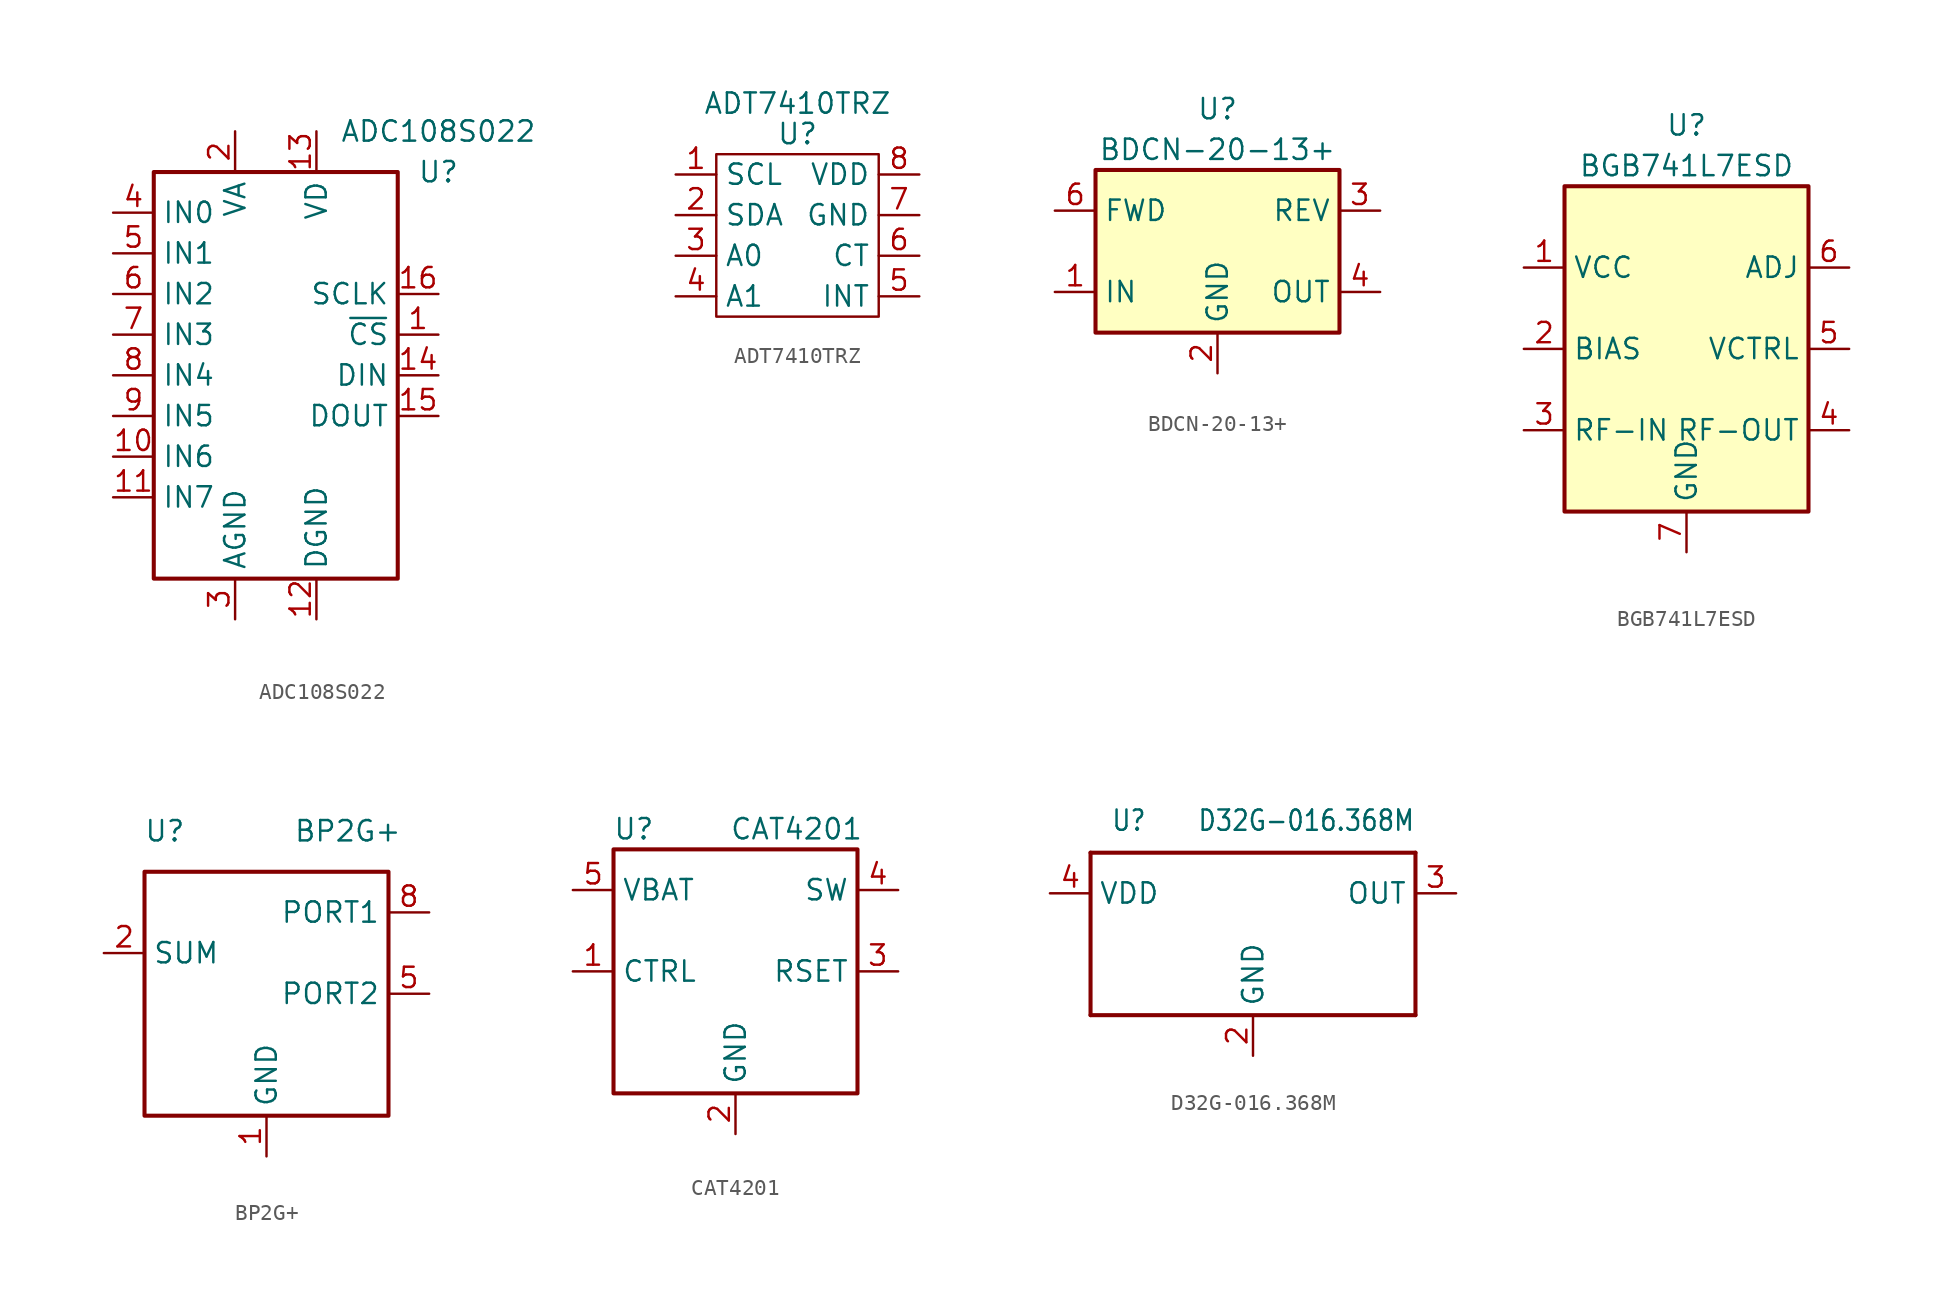
<source format=kicad_sym>
(kicad_symbol_lib
  (version 20220914)
  (generator kicad_symbol_editor)
  (symbol "ADC108S022"
    (property "Reference" "U"
      (at 10.16 12.7 0)
      (effects (font (size 1.27 1.27))))
    (property "Value" "ADC108S022"
      (at 10.16 15.24 0)
      (effects (font (size 1.27 1.27))))
    (symbol "ADC108S022_0_1"
      (rectangle (start -7.62 12.7) (end 7.62 -12.7) (stroke (width 0.254) (type default)) (fill (type none))))
    (symbol "ADC108S022_1_1"
      (pin input line (at 10.16 2.54 180) (length 2.54) (name "~{CS}" (effects (font (size 1.27 1.27)))) (number "1" (effects (font (size 1.27 1.27)))))
      (pin input line (at -10.16 -5.08 0) (length 2.54) (name "IN6" (effects (font (size 1.27 1.27)))) (number "10" (effects (font (size 1.27 1.27)))))
      (pin input line (at -10.16 -7.62 0) (length 2.54) (name "IN7" (effects (font (size 1.27 1.27)))) (number "11" (effects (font (size 1.27 1.27)))))
      (pin power_in line (at 2.54 -15.24 90) (length 2.54) (name "DGND" (effects (font (size 1.27 1.27)))) (number "12" (effects (font (size 1.27 1.27)))))
      (pin power_in line (at 2.54 15.24 270) (length 2.54) (name "VD" (effects (font (size 1.27 1.27)))) (number "13" (effects (font (size 1.27 1.27)))))
      (pin input line (at 10.16 0 180) (length 2.54) (name "DIN" (effects (font (size 1.27 1.27)))) (number "14" (effects (font (size 1.27 1.27)))))
      (pin output line (at 10.16 -2.54 180) (length 2.54) (name "DOUT" (effects (font (size 1.27 1.27)))) (number "15" (effects (font (size 1.27 1.27)))))
      (pin input line (at 10.16 5.08 180) (length 2.54) (name "SCLK" (effects (font (size 1.27 1.27)))) (number "16" (effects (font (size 1.27 1.27)))))
      (pin power_in line (at -2.54 15.24 270) (length 2.54) (name "VA" (effects (font (size 1.27 1.27)))) (number "2" (effects (font (size 1.27 1.27)))))
      (pin power_in line (at -2.54 -15.24 90) (length 2.54) (name "AGND" (effects (font (size 1.27 1.27)))) (number "3" (effects (font (size 1.27 1.27)))))
      (pin input line (at -10.16 10.16 0) (length 2.54) (name "IN0" (effects (font (size 1.27 1.27)))) (number "4" (effects (font (size 1.27 1.27)))))
      (pin input line (at -10.16 7.62 0) (length 2.54) (name "IN1" (effects (font (size 1.27 1.27)))) (number "5" (effects (font (size 1.27 1.27)))))
      (pin input line (at -10.16 5.08 0) (length 2.54) (name "IN2" (effects (font (size 1.27 1.27)))) (number "6" (effects (font (size 1.27 1.27)))))
      (pin input line (at -10.16 2.54 0) (length 2.54) (name "IN3" (effects (font (size 1.27 1.27)))) (number "7" (effects (font (size 1.27 1.27)))))
      (pin input line (at -10.16 0 0) (length 2.54) (name "IN4" (effects (font (size 1.27 1.27)))) (number "8" (effects (font (size 1.27 1.27)))))
      (pin input line (at -10.16 -2.54 0) (length 2.54) (name "IN5" (effects (font (size 1.27 1.27)))) (number "9" (effects (font (size 1.27 1.27)))))))
  (symbol "ADT7410TRZ"
    (property "Reference" "U"
      (at 0 6.35 0)
      (effects (font (size 1.27 1.27))))
    (property "Value" "ADT7410TRZ"
      (at 0 8.255 0)
      (effects (font (size 1.27 1.27))))
    (symbol "ADT7410TRZ_0_1"
      (rectangle (start -5.08 5.08) (end 5.08 -5.08) (stroke (width 0.152) (type default)) (fill (type none))))
    (symbol "ADT7410TRZ_1_1"
      (pin bidirectional line (at -7.62 3.81 0) (length 2.54) (name "SCL" (effects (font (size 1.27 1.27)))) (number "1" (effects (font (size 1.27 1.27)))))
      (pin bidirectional line (at -7.62 1.27 0) (length 2.54) (name "SDA" (effects (font (size 1.27 1.27)))) (number "2" (effects (font (size 1.27 1.27)))))
      (pin input line (at -7.62 -1.27 0) (length 2.54) (name "A0" (effects (font (size 1.27 1.27)))) (number "3" (effects (font (size 1.27 1.27)))))
      (pin input line (at -7.62 -3.81 0) (length 2.54) (name "A1" (effects (font (size 1.27 1.27)))) (number "4" (effects (font (size 1.27 1.27)))))
      (pin output line (at 7.62 -3.81 180) (length 2.54) (name "INT" (effects (font (size 1.27 1.27)))) (number "5" (effects (font (size 1.27 1.27)))))
      (pin output line (at 7.62 -1.27 180) (length 2.54) (name "CT" (effects (font (size 1.27 1.27)))) (number "6" (effects (font (size 1.27 1.27)))))
      (pin power_in line (at 7.62 1.27 180) (length 2.54) (name "GND" (effects (font (size 1.27 1.27)))) (number "7" (effects (font (size 1.27 1.27)))))
      (pin power_in line (at 7.62 3.81 180) (length 2.54) (name "VDD" (effects (font (size 1.27 1.27)))) (number "8" (effects (font (size 1.27 1.27)))))))
  (symbol "BDCN-20-13+"
    (property "Reference" "U"
      (at 0 8.89 0)
      (effects (font (size 1.27 1.27))))
    (property "Value" "BDCN-20-13+"
      (at 0 6.35 0)
      (effects (font (size 1.27 1.27))))
    (symbol "BDCN-20-13+_1_1"
      (rectangle (start -7.62 5.08) (end 7.62 -5.08) (stroke (width 0.254) (type default)) (fill (type background)))
      (pin input line (at -10.16 -2.54 0) (length 2.54) (name "IN" (effects (font (size 1.27 1.27)))) (number "1" (effects (font (size 1.27 1.27)))))
      (pin power_in line (at 0 -7.62 90) (length 2.54) (name "GND" (effects (font (size 1.27 1.27)))) (number "2" (effects (font (size 1.27 1.27)))))
      (pin passive line (at 10.16 2.54 180) (length 2.54) (name "REV" (effects (font (size 1.27 1.27)))) (number "3" (effects (font (size 1.27 1.27)))))
      (pin output line (at 10.16 -2.54 180) (length 2.54) (name "OUT" (effects (font (size 1.27 1.27)))) (number "4" (effects (font (size 1.27 1.27)))))
      (pin power_in line (at 0 -7.62 90) (length 2.54) hide (name "GND" (effects (font (size 1.27 1.27)))) (number "5" (effects (font (size 1.27 1.27)))))
      (pin passive line (at -10.16 2.54 0) (length 2.54) (name "FWD" (effects (font (size 1.27 1.27)))) (number "6" (effects (font (size 1.27 1.27)))))))
  (symbol "BGB741L7ESD"
    (property "Reference" "U"
      (at 0 13.97 0)
      (effects (font (size 1.27 1.27))))
    (property "Value" "BGB741L7ESD"
      (at 0 11.43 0)
      (effects (font (size 1.27 1.27))))
    (symbol "BGB741L7ESD_1_1"
      (rectangle (start -7.62 10.16) (end 7.62 -10.16) (stroke (width 0.254) (type default)) (fill (type background)))
      (pin power_in line (at -10.16 5.08 0) (length 2.54) (name "VCC" (effects (font (size 1.27 1.27)))) (number "1" (effects (font (size 1.27 1.27)))))
      (pin passive line (at -10.16 0 0) (length 2.54) (name "BIAS" (effects (font (size 1.27 1.27)))) (number "2" (effects (font (size 1.27 1.27)))))
      (pin input line (at -10.16 -5.08 0) (length 2.54) (name "RF-IN" (effects (font (size 1.27 1.27)))) (number "3" (effects (font (size 1.27 1.27)))))
      (pin output line (at 10.16 -5.08 180) (length 2.54) (name "RF-OUT" (effects (font (size 1.27 1.27)))) (number "4" (effects (font (size 1.27 1.27)))))
      (pin passive line (at 10.16 0 180) (length 2.54) (name "VCTRL" (effects (font (size 1.27 1.27)))) (number "5" (effects (font (size 1.27 1.27)))))
      (pin passive line (at 10.16 5.08 180) (length 2.54) (name "ADJ" (effects (font (size 1.27 1.27)))) (number "6" (effects (font (size 1.27 1.27)))))
      (pin power_in line (at 0 -12.7 90) (length 2.54) (name "GND" (effects (font (size 1.27 1.27)))) (number "7" (effects (font (size 1.27 1.27)))))))
  (symbol "BP2G+"
    (property "Reference" "U"
      (at -6.35 10.16 0)
      (effects (font (size 1.27 1.27))))
    (property "Value" "BP2G+"
      (at 5.08 10.16 0)
      (effects (font (size 1.27 1.27))))
    (symbol "BP2G+_0_1"
      (rectangle (start -7.62 7.62) (end 7.62 -7.62) (stroke (width 0.254) (type default)) (fill (type none))))
    (symbol "BP2G+_1_0"
      (pin power_in line (at 0 -10.16 90) (length 2.54) (name "GND" (effects (font (size 1.27 1.27)))) (number "1" (effects (font (size 1.27 1.27)))))
      (pin input line (at -10.16 2.54 0) (length 2.54) (name "SUM" (effects (font (size 1.27 1.27)))) (number "2" (effects (font (size 1.27 1.27)))))
      (pin passive line (at 0 -10.16 90) (length 2.54) hide (name "GND" (effects (font (size 1.27 1.27)))) (number "3" (effects (font (size 1.27 1.27)))))
      (pin passive line (at 0 -10.16 90) (length 2.54) hide (name "GND" (effects (font (size 1.27 1.27)))) (number "4" (effects (font (size 1.27 1.27)))))
      (pin output line (at 10.16 0 180) (length 2.54) (name "PORT2" (effects (font (size 1.27 1.27)))) (number "5" (effects (font (size 1.27 1.27)))))
      (pin passive line (at 0 -10.16 90) (length 2.54) hide (name "GND" (effects (font (size 1.27 1.27)))) (number "6" (effects (font (size 1.27 1.27)))))
      (pin passive line (at 0 -10.16 90) (length 2.54) hide (name "GND" (effects (font (size 1.27 1.27)))) (number "7" (effects (font (size 1.27 1.27)))))
      (pin output line (at 10.16 5.08 180) (length 2.54) (name "PORT1" (effects (font (size 1.27 1.27)))) (number "8" (effects (font (size 1.27 1.27)))))))
  (symbol "CAT4201"
    (property "Reference" "U"
      (at -6.35 8.89 0)
      (effects (font (size 1.27 1.27))))
    (property "Value" "CAT4201"
      (at 3.81 8.89 0)
      (effects (font (size 1.27 1.27))))
    (symbol "CAT4201_0_1"
      (rectangle (start -7.62 7.62) (end 7.62 -7.62) (stroke (width 0.254) (type default)) (fill (type none))))
    (symbol "CAT4201_1_1"
      (pin input line (at -10.16 0 0) (length 2.54) (name "CTRL" (effects (font (size 1.27 1.27)))) (number "1" (effects (font (size 1.27 1.27)))))
      (pin power_in line (at 0 -10.16 90) (length 2.54) (name "GND" (effects (font (size 1.27 1.27)))) (number "2" (effects (font (size 1.27 1.27)))))
      (pin input line (at 10.16 0 180) (length 2.54) (name "RSET" (effects (font (size 1.27 1.27)))) (number "3" (effects (font (size 1.27 1.27)))))
      (pin power_out line (at 10.16 5.08 180) (length 2.54) (name "SW" (effects (font (size 1.27 1.27)))) (number "4" (effects (font (size 1.27 1.27)))))
      (pin power_in line (at -10.16 5.08 0) (length 2.54) (name "VBAT" (effects (font (size 1.27 1.27)))) (number "5" (effects (font (size 1.27 1.27)))))))
  (symbol "D32G-016.368M"
    (property "Reference" "U"
      (at -8.89 6.35 0)
      (effects (font (size 1.27 1.079)) (justify left bottom)))
    (property "Value" "D32G-016.368M"
      (at 10.16 6.35 0)
      (effects (font (size 1.27 1.079)) (justify right bottom)))
    (symbol "D32G-016.368M_1_0"
      (polyline (pts (xy -10.16 -5.08) (xy 10.16 -5.08)) (stroke (width 0.254) (type default)) (fill (type none)))
      (polyline (pts (xy -10.16 5.08) (xy -10.16 -5.08)) (stroke (width 0.254) (type default)) (fill (type none)))
      (polyline (pts (xy 10.16 -5.08) (xy 10.16 5.08)) (stroke (width 0.254) (type default)) (fill (type none)))
      (polyline (pts (xy 10.16 5.08) (xy -10.16 5.08)) (stroke (width 0.254) (type default)) (fill (type none)))
      (pin power_in line (at 0 -7.62 90) (length 2.54) (name "GND" (effects (font (size 1.27 1.27)))) (number "2" (effects (font (size 1.27 1.27)))))
      (pin passive line (at 12.7 2.54 180) (length 2.54) (name "OUT" (effects (font (size 1.27 1.27)))) (number "3" (effects (font (size 1.27 1.27)))))
      (pin power_in line (at -12.7 2.54 0) (length 2.54) (name "VDD" (effects (font (size 1.27 1.27)))) (number "4" (effects (font (size 1.27 1.27))))))))
</source>
